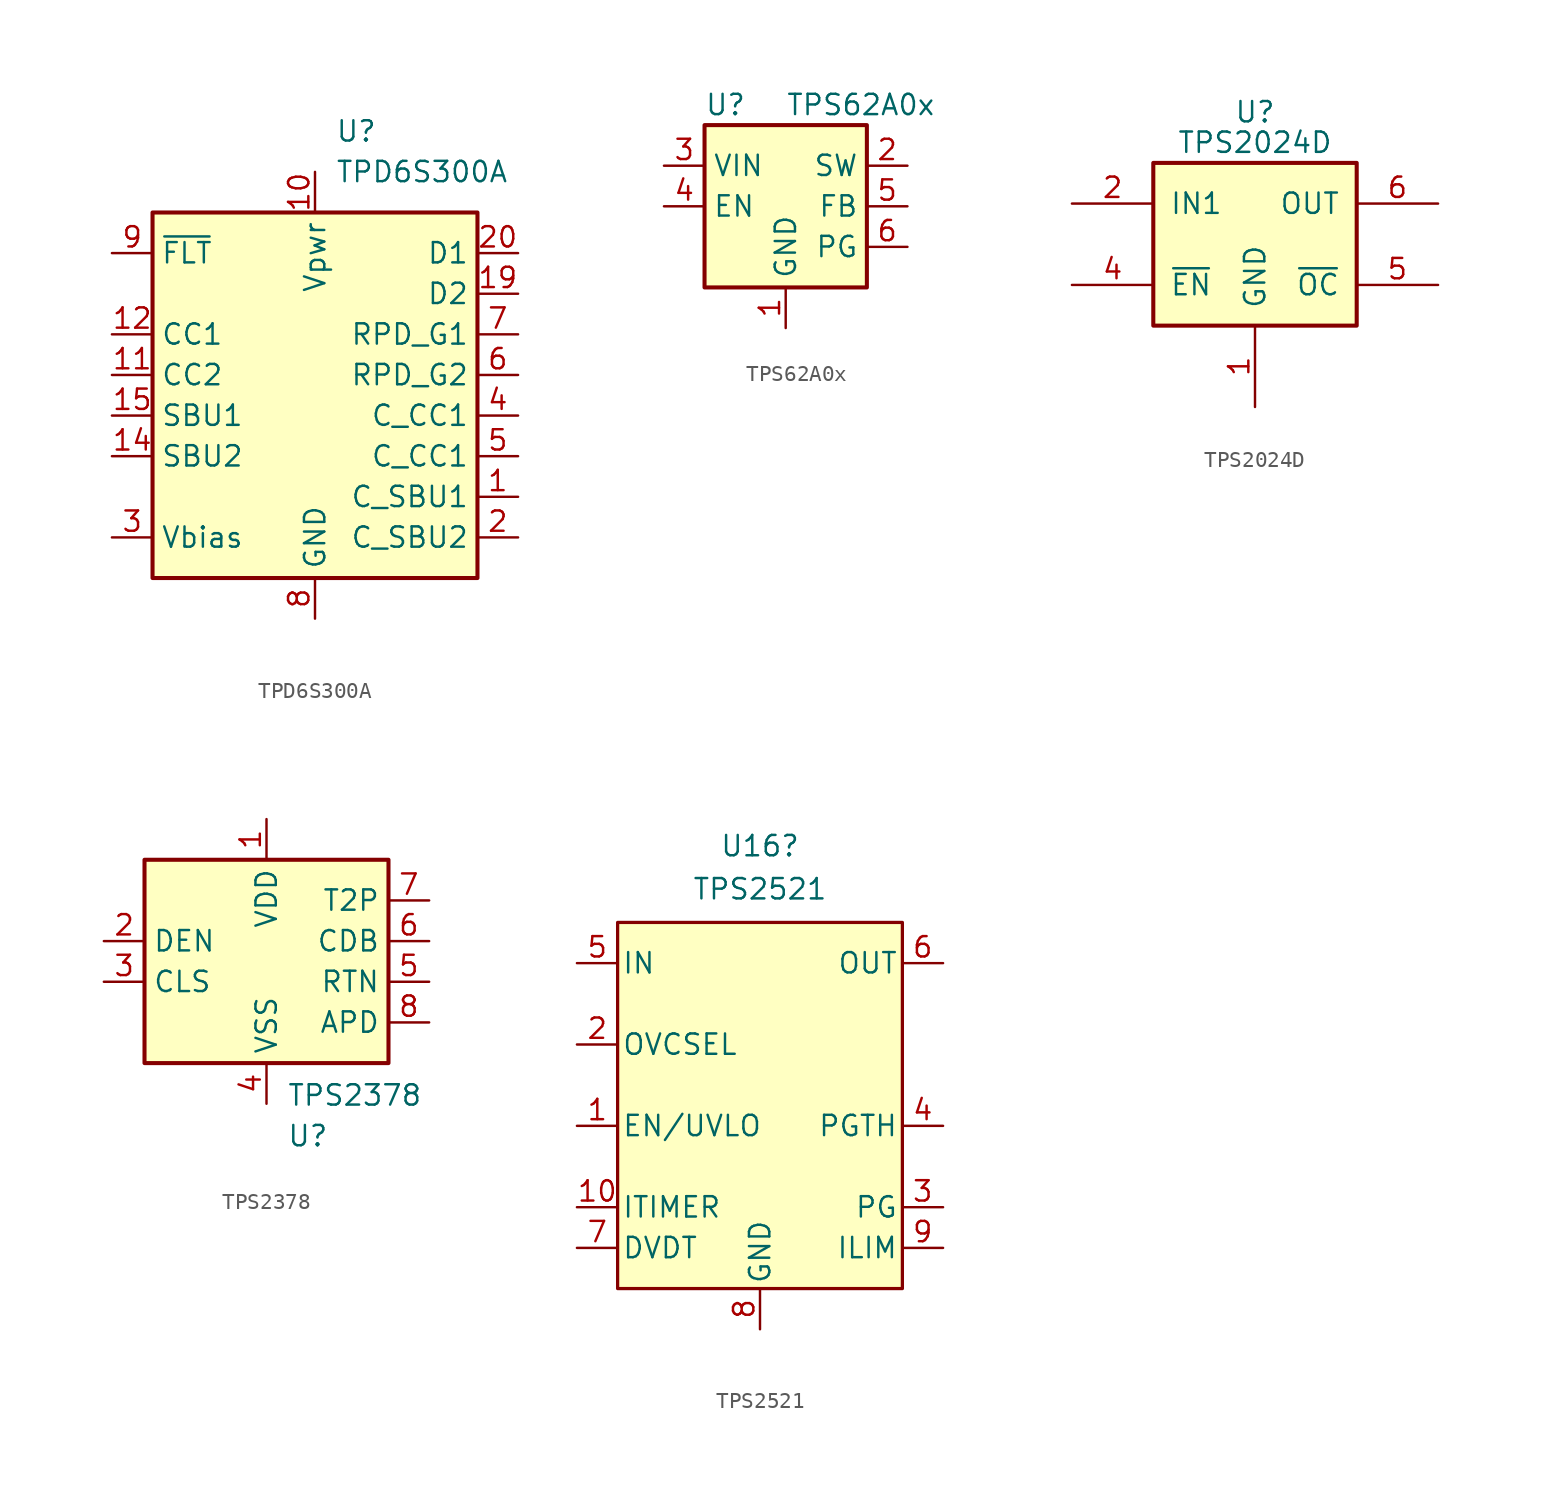
<source format=kicad_sym>
(kicad_symbol_lib
  (version 20220914)
  (generator kicad_symbol_editor)
  (symbol "TPD6S300A"
    (property "Reference" "U"
      (at 1.27 15.24 0)
      (effects (font (size 1.27 1.27)) (justify left)))
    (property "Value" "TPD6S300A"
      (at 1.27 12.7 0)
      (effects (font (size 1.27 1.27)) (justify left)))
    (symbol "TPD6S300A_0_1"
      (rectangle (start -10.16 10.16) (end 10.16 -12.7) (stroke (width 0.254) (type default)) (fill (type background))))
    (symbol "TPD6S300A_1_0"
      (pin bidirectional line (at 12.7 0 180) (length 2.54) (name "RPD_G2" (effects (font (size 1.27 1.27)))) (number "6" (effects (font (size 1.27 1.27)))))
      (pin bidirectional line (at 12.7 2.54 180) (length 2.54) (name "RPD_G1" (effects (font (size 1.27 1.27)))) (number "7" (effects (font (size 1.27 1.27))))))
    (symbol "TPD6S300A_1_1"
      (pin bidirectional line (at 12.7 -7.62 180) (length 2.54) (name "C_SBU1" (effects (font (size 1.27 1.27)))) (number "1" (effects (font (size 1.27 1.27)))))
      (pin power_in line (at 0 12.7 270) (length 2.54) (name "Vpwr" (effects (font (size 1.27 1.27)))) (number "10" (effects (font (size 1.27 1.27)))))
      (pin bidirectional line (at -12.7 0 0) (length 2.54) (name "CC2" (effects (font (size 1.27 1.27)))) (number "11" (effects (font (size 1.27 1.27)))))
      (pin bidirectional line (at -12.7 2.54 0) (length 2.54) (name "CC1" (effects (font (size 1.27 1.27)))) (number "12" (effects (font (size 1.27 1.27)))))
      (pin power_in line (at 0 -15.24 90) (length 2.54) hide (name "GND" (effects (font (size 1.27 1.27)))) (number "13" (effects (font (size 1.27 1.27)))))
      (pin bidirectional line (at -12.7 -5.08 0) (length 2.54) (name "SBU2" (effects (font (size 1.27 1.27)))) (number "14" (effects (font (size 1.27 1.27)))))
      (pin bidirectional line (at -12.7 -2.54 0) (length 2.54) (name "SBU1" (effects (font (size 1.27 1.27)))) (number "15" (effects (font (size 1.27 1.27)))))
      (pin passive line (at 0 -15.24 90) (length 2.54) hide (name "NC" (effects (font (size 1.27 1.27)))) (number "16" (effects (font (size 1.27 1.27)))))
      (pin passive line (at 0 -15.24 90) (length 2.54) hide (name "NC" (effects (font (size 1.27 1.27)))) (number "17" (effects (font (size 1.27 1.27)))))
      (pin power_in line (at 0 -15.24 90) (length 2.54) hide (name "GND" (effects (font (size 1.27 1.27)))) (number "18" (effects (font (size 1.27 1.27)))))
      (pin bidirectional line (at 12.7 5.08 180) (length 2.54) (name "D2" (effects (font (size 1.27 1.27)))) (number "19" (effects (font (size 1.27 1.27)))))
      (pin bidirectional line (at 12.7 -10.16 180) (length 2.54) (name "C_SBU2" (effects (font (size 1.27 1.27)))) (number "2" (effects (font (size 1.27 1.27)))))
      (pin bidirectional line (at 12.7 7.62 180) (length 2.54) (name "D1" (effects (font (size 1.27 1.27)))) (number "20" (effects (font (size 1.27 1.27)))))
      (pin power_in line (at 0 -15.24 90) (length 2.54) hide (name "PPAD" (effects (font (size 1.27 1.27)))) (number "21" (effects (font (size 1.27 1.27)))))
      (pin power_out line (at -12.7 -10.16 0) (length 2.54) (name "Vbias" (effects (font (size 1.27 1.27)))) (number "3" (effects (font (size 1.27 1.27)))))
      (pin bidirectional line (at 12.7 -2.54 180) (length 2.54) (name "C_CC1" (effects (font (size 1.27 1.27)))) (number "4" (effects (font (size 1.27 1.27)))))
      (pin bidirectional line (at 12.7 -5.08 180) (length 2.54) (name "C_CC1" (effects (font (size 1.27 1.27)))) (number "5" (effects (font (size 1.27 1.27)))))
      (pin power_in line (at 0 -15.24 90) (length 2.54) (name "GND" (effects (font (size 1.27 1.27)))) (number "8" (effects (font (size 1.27 1.27)))))
      (pin open_collector line (at -12.7 7.62 0) (length 2.54) (name "~{FLT}" (effects (font (size 1.27 1.27)))) (number "9" (effects (font (size 1.27 1.27)))))))
  (symbol "TPS62A0x"
    (property "Reference" "U"
      (at -5.08 6.35 0)
      (effects (font (size 1.27 1.27)) (justify left)))
    (property "Value" "TPS62A0x"
      (at 0 6.35 0)
      (effects (font (size 1.27 1.27)) (justify left)))
    (symbol "TPS62A0x_0_1"
      (rectangle (start -5.08 5.08) (end 5.08 -5.08) (stroke (width 0.254) (type default)) (fill (type background))))
    (symbol "TPS62A0x_1_1"
      (pin power_in line (at 0 -7.62 90) (length 2.54) (name "GND" (effects (font (size 1.27 1.27)))) (number "1" (effects (font (size 1.27 1.27)))))
      (pin power_out line (at 7.62 2.54 180) (length 2.54) (name "SW" (effects (font (size 1.27 1.27)))) (number "2" (effects (font (size 1.27 1.27)))))
      (pin power_in line (at -7.62 2.54 0) (length 2.54) (name "VIN" (effects (font (size 1.27 1.27)))) (number "3" (effects (font (size 1.27 1.27)))))
      (pin input line (at -7.62 0 0) (length 2.54) (name "EN" (effects (font (size 1.27 1.27)))) (number "4" (effects (font (size 1.27 1.27)))))
      (pin input line (at 7.62 0 180) (length 2.54) (name "FB" (effects (font (size 1.27 1.27)))) (number "5" (effects (font (size 1.27 1.27)))))
      (pin open_collector line (at 7.62 -2.54 180) (length 2.54) (name "PG" (effects (font (size 1.27 1.27)))) (number "6" (effects (font (size 1.27 1.27)))))))
  (symbol "TPS2024D"
    (pin_names
      (offset 1.016))
    (property "Reference" "U"
      (at 0 8.255 0)
      (effects (font (size 1.27 1.27))))
    (property "Value" "TPS2024D"
      (at 0 6.35 0)
      (effects (font (size 1.27 1.27))))
    (symbol "TPS2024D_0_1"
      (rectangle (start -6.35 5.08) (end 6.35 -5.08) (stroke (width 0.254) (type default)) (fill (type background))))
    (symbol "TPS2024D_1_1"
      (pin power_in line (at 0 -10.16 90) (length 5.08) (name "GND" (effects (font (size 1.27 1.27)))) (number "1" (effects (font (size 1.27 1.27)))))
      (pin power_in line (at -11.43 2.54 0) (length 5.08) (name "IN1" (effects (font (size 1.27 1.27)))) (number "2" (effects (font (size 1.27 1.27)))))
      (pin power_in line (at -11.43 2.54 0) (length 5.08) hide (name "IN1" (effects (font (size 1.27 1.27)))) (number "3" (effects (font (size 1.27 1.27)))))
      (pin input line (at -11.43 -2.54 0) (length 5.08) (name "~{EN}" (effects (font (size 1.27 1.27)))) (number "4" (effects (font (size 1.27 1.27)))))
      (pin output line (at 11.43 -2.54 180) (length 5.08) (name "~{OC}" (effects (font (size 1.27 1.27)))) (number "5" (effects (font (size 1.27 1.27)))))
      (pin power_out line (at 11.43 2.54 180) (length 5.08) (name "OUT" (effects (font (size 1.27 1.27)))) (number "6" (effects (font (size 1.27 1.27)))))
      (pin power_out line (at 11.43 2.54 180) (length 5.08) hide (name "OUT" (effects (font (size 1.27 1.27)))) (number "7" (effects (font (size 1.27 1.27)))))
      (pin power_out line (at 11.43 2.54 180) (length 5.08) hide (name "OUT" (effects (font (size 1.27 1.27)))) (number "8" (effects (font (size 1.27 1.27)))))))
  (symbol "TPS2378"
    (property "Reference" "U"
      (at 1.27 -10.16 0)
      (effects (font (size 1.27 1.27)) (justify left top)))
    (property "Value" "TPS2378"
      (at 1.27 -7.62 0)
      (effects (font (size 1.27 1.27)) (justify left top)))
    (symbol "TPS2378_0_1"
      (rectangle (start -7.62 6.35) (end 7.62 -6.35) (stroke (width 0.254) (type default)) (fill (type background))))
    (symbol "TPS2378_1_1"
      (pin power_in line (at 0 8.89 270) (length 2.54) (name "VDD" (effects (font (size 1.27 1.27)))) (number "1" (effects (font (size 1.27 1.27)))))
      (pin passive line (at -10.16 1.27 0) (length 2.54) (name "DEN" (effects (font (size 1.27 1.27)))) (number "2" (effects (font (size 1.27 1.27)))))
      (pin passive line (at -10.16 -1.27 0) (length 2.54) (name "CLS" (effects (font (size 1.27 1.27)))) (number "3" (effects (font (size 1.27 1.27)))))
      (pin power_in line (at 0 -8.89 90) (length 2.54) (name "VSS" (effects (font (size 1.27 1.27)))) (number "4" (effects (font (size 1.27 1.27)))))
      (pin open_collector line (at 10.16 -1.27 180) (length 2.54) (name "RTN" (effects (font (size 1.27 1.27)))) (number "5" (effects (font (size 1.27 1.27)))))
      (pin output line (at 10.16 1.27 180) (length 2.54) (name "CDB" (effects (font (size 1.27 1.27)))) (number "6" (effects (font (size 1.27 1.27)))))
      (pin output line (at 10.16 3.81 180) (length 2.54) (name "T2P" (effects (font (size 1.27 1.27)))) (number "7" (effects (font (size 1.27 1.27)))))
      (pin output line (at 10.16 -3.81 180) (length 2.54) (name "APD" (effects (font (size 1.27 1.27)))) (number "8" (effects (font (size 1.27 1.27)))))
      (pin power_in line (at 0 -8.89 90) (length 2.54) hide (name "PWPD" (effects (font (size 1.27 1.27)))) (number "9" (effects (font (size 1.27 1.27)))))))
  (symbol "TPS2521"
    (pin_names
      (offset 0.254))
    (property "Reference" "U16"
      (at 0 17.475 0)
      (effects (font (size 1.27 1.27))))
    (property "Value" "TPS2521"
      (at 0 14.783 0)
      (effects (font (size 1.27 1.27))))
    (property "Datasheet" ""
      (at 0 5.08 0)
      (effects (font (size 1.524 1.524))))
    (symbol "TPS2521_1_1"
      (rectangle (start -8.89 12.7) (end 8.89 -10.16) (stroke (width 0.203) (type solid)) (fill (type background)))
      (pin input line (at -11.43 0 0) (length 2.54) (name "EN/UVLO" (effects (font (size 1.27 1.27)))) (number "1" (effects (font (size 1.27 1.27)))))
      (pin output line (at -11.43 -5.08 0) (length 2.54) (name "ITIMER" (effects (font (size 1.27 1.27)))) (number "10" (effects (font (size 1.27 1.27)))))
      (pin input line (at -11.43 5.08 0) (length 2.54) (name "OVCSEL" (effects (font (size 1.27 1.27)))) (number "2" (effects (font (size 1.27 1.27)))))
      (pin output line (at 11.43 -5.08 180) (length 2.54) (name "PG" (effects (font (size 1.27 1.27)))) (number "3" (effects (font (size 1.27 1.27)))))
      (pin input line (at 11.43 0 180) (length 2.54) (name "PGTH" (effects (font (size 1.27 1.27)))) (number "4" (effects (font (size 1.27 1.27)))))
      (pin power_in line (at -11.43 10.16 0) (length 2.54) (name "IN" (effects (font (size 1.27 1.27)))) (number "5" (effects (font (size 1.27 1.27)))))
      (pin power_out line (at 11.43 10.16 180) (length 2.54) (name "OUT" (effects (font (size 1.27 1.27)))) (number "6" (effects (font (size 1.27 1.27)))))
      (pin input line (at -11.43 -7.62 0) (length 2.54) (name "DVDT" (effects (font (size 1.27 1.27)))) (number "7" (effects (font (size 1.27 1.27)))))
      (pin power_in line (at 0 -12.7 90) (length 2.54) (name "GND" (effects (font (size 1.27 1.27)))) (number "8" (effects (font (size 1.27 1.27)))))
      (pin output line (at 11.43 -7.62 180) (length 2.54) (name "ILIM" (effects (font (size 1.27 1.27)))) (number "9" (effects (font (size 1.27 1.27))))))))
</source>
